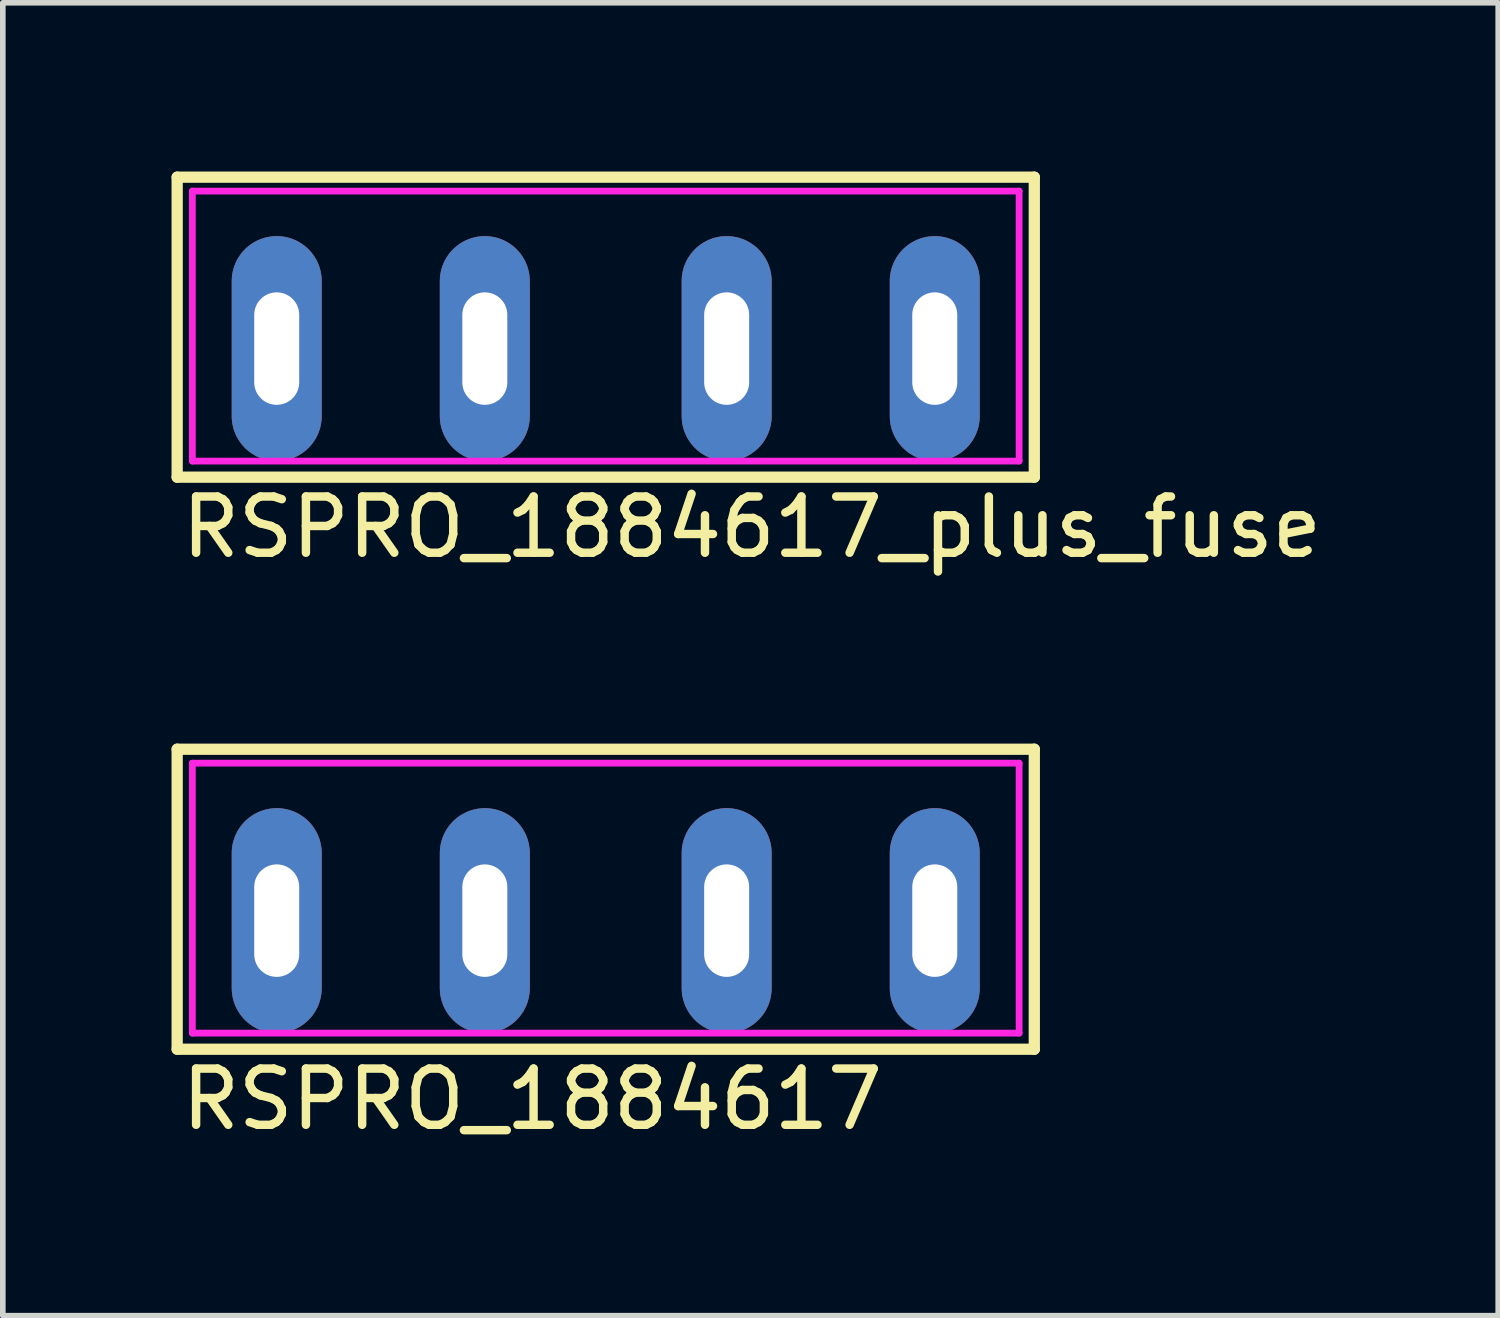
<source format=kicad_pcb>
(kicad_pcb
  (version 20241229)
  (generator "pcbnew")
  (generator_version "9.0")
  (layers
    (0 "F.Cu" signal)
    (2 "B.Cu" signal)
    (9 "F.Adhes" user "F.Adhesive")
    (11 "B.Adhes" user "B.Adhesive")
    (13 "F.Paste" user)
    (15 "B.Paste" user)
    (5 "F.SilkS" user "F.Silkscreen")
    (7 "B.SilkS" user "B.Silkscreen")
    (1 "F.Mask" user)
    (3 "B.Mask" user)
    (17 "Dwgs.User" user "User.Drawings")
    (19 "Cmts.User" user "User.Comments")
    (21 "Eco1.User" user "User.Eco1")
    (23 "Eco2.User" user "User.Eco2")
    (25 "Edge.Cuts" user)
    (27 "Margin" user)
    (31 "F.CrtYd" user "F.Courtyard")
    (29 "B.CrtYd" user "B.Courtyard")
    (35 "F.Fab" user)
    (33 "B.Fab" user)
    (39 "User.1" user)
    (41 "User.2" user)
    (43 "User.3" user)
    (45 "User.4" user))
  (footprint "RSPRO_1884617_plus_fuse"
    (layer "F.Cu")
    (at 7.72 3.148)
    (property "Reference" "RSPRO_1884617_plus_fuse" (at -7.62 3.175 0) (layer "F.SilkS") (effects (font (size 1 1) (thickness 0.15)) (justify left)))
    (attr through_hole)
    (fp_line (start -7.62 -3.048) (end 7.62 -3.048) (stroke (width 0.2) (type solid)) (layer "F.SilkS"))
    (fp_line (start -7.62 2.286) (end -7.62 -3.048) (stroke (width 0.2) (type solid)) (layer "F.SilkS"))
    (fp_line (start 7.62 -3.048) (end 7.62 2.286) (stroke (width 0.2) (type solid)) (layer "F.SilkS"))
    (fp_line (start 7.62 2.286) (end -7.62 2.286) (stroke (width 0.2) (type solid)) (layer "F.SilkS"))
    (fp_line (start -7.35 -2.8) (end -7.35 2) (stroke (width 0.12) (type solid)) (layer "F.CrtYd"))
    (fp_line (start -7.35 -2.8) (end 7.35 -2.8) (stroke (width 0.12) (type solid)) (layer "F.CrtYd"))
    (fp_line (start 7.35 -2.8) (end 7.35 2) (stroke (width 0.12) (type solid)) (layer "F.CrtYd"))
    (fp_line (start 7.35 2) (end -7.35 2) (stroke (width 0.12) (type solid)) (layer "F.CrtYd"))
    (pad "1" thru_hole oval (at -5.85 0) (size 1.6 4) (drill oval 0.8 2) (layers "*.Cu" "*.Mask"))
    (pad "1" thru_hole oval (at -2.15 0) (size 1.6 4) (drill oval 0.8 2) (layers "*.Cu" "*.Mask"))
    (pad "2" thru_hole oval (at 2.15 0) (size 1.6 4) (drill oval 0.8 2) (layers "*.Cu" "*.Mask"))
    (pad "2" thru_hole oval (at 5.85 0) (size 1.6 4) (drill oval 0.8 2) (layers "*.Cu" "*.Mask")))
  (footprint "RSPRO_1884617"
    (layer "F.Cu")
    (at 7.72 13.319)
    (property "Reference" "RSPRO_1884617" (at -7.62 3.175 0) (layer "F.SilkS") (effects (font (size 1 1) (thickness 0.15)) (justify left)))
    (attr through_hole)
    (fp_line (start -7.62 -3.048) (end 7.62 -3.048) (stroke (width 0.2) (type solid)) (layer "F.SilkS"))
    (fp_line (start -7.62 2.286) (end -7.62 -3.048) (stroke (width 0.2) (type solid)) (layer "F.SilkS"))
    (fp_line (start 7.62 -3.048) (end 7.62 2.286) (stroke (width 0.2) (type solid)) (layer "F.SilkS"))
    (fp_line (start 7.62 2.286) (end -7.62 2.286) (stroke (width 0.2) (type solid)) (layer "F.SilkS"))
    (fp_line (start -7.35 -2.8) (end -7.35 2) (stroke (width 0.12) (type solid)) (layer "F.CrtYd"))
    (fp_line (start -7.35 -2.8) (end 7.35 -2.8) (stroke (width 0.12) (type solid)) (layer "F.CrtYd"))
    (fp_line (start 7.35 -2.8) (end 7.35 2) (stroke (width 0.12) (type solid)) (layer "F.CrtYd"))
    (fp_line (start 7.35 2) (end -7.35 2) (stroke (width 0.12) (type solid)) (layer "F.CrtYd"))
    (pad "1" thru_hole oval (at -5.85 0) (size 1.6 4) (drill oval 0.8 2) (layers "*.Cu" "*.Mask"))
    (pad "1" thru_hole oval (at -2.15 0) (size 1.6 4) (drill oval 0.8 2) (layers "*.Cu" "*.Mask"))
    (pad "2" thru_hole oval (at 2.15 0) (size 1.6 4) (drill oval 0.8 2) (layers "*.Cu" "*.Mask"))
    (pad "2" thru_hole oval (at 5.85 0) (size 1.6 4) (drill oval 0.8 2) (layers "*.Cu" "*.Mask")))
  (gr_rect
    (start -3 -3)
    (end 23.588 20.343)
    (stroke (width 0.1) (type default))
    (fill no)
    (layer "Edge.Cuts")))
</source>
